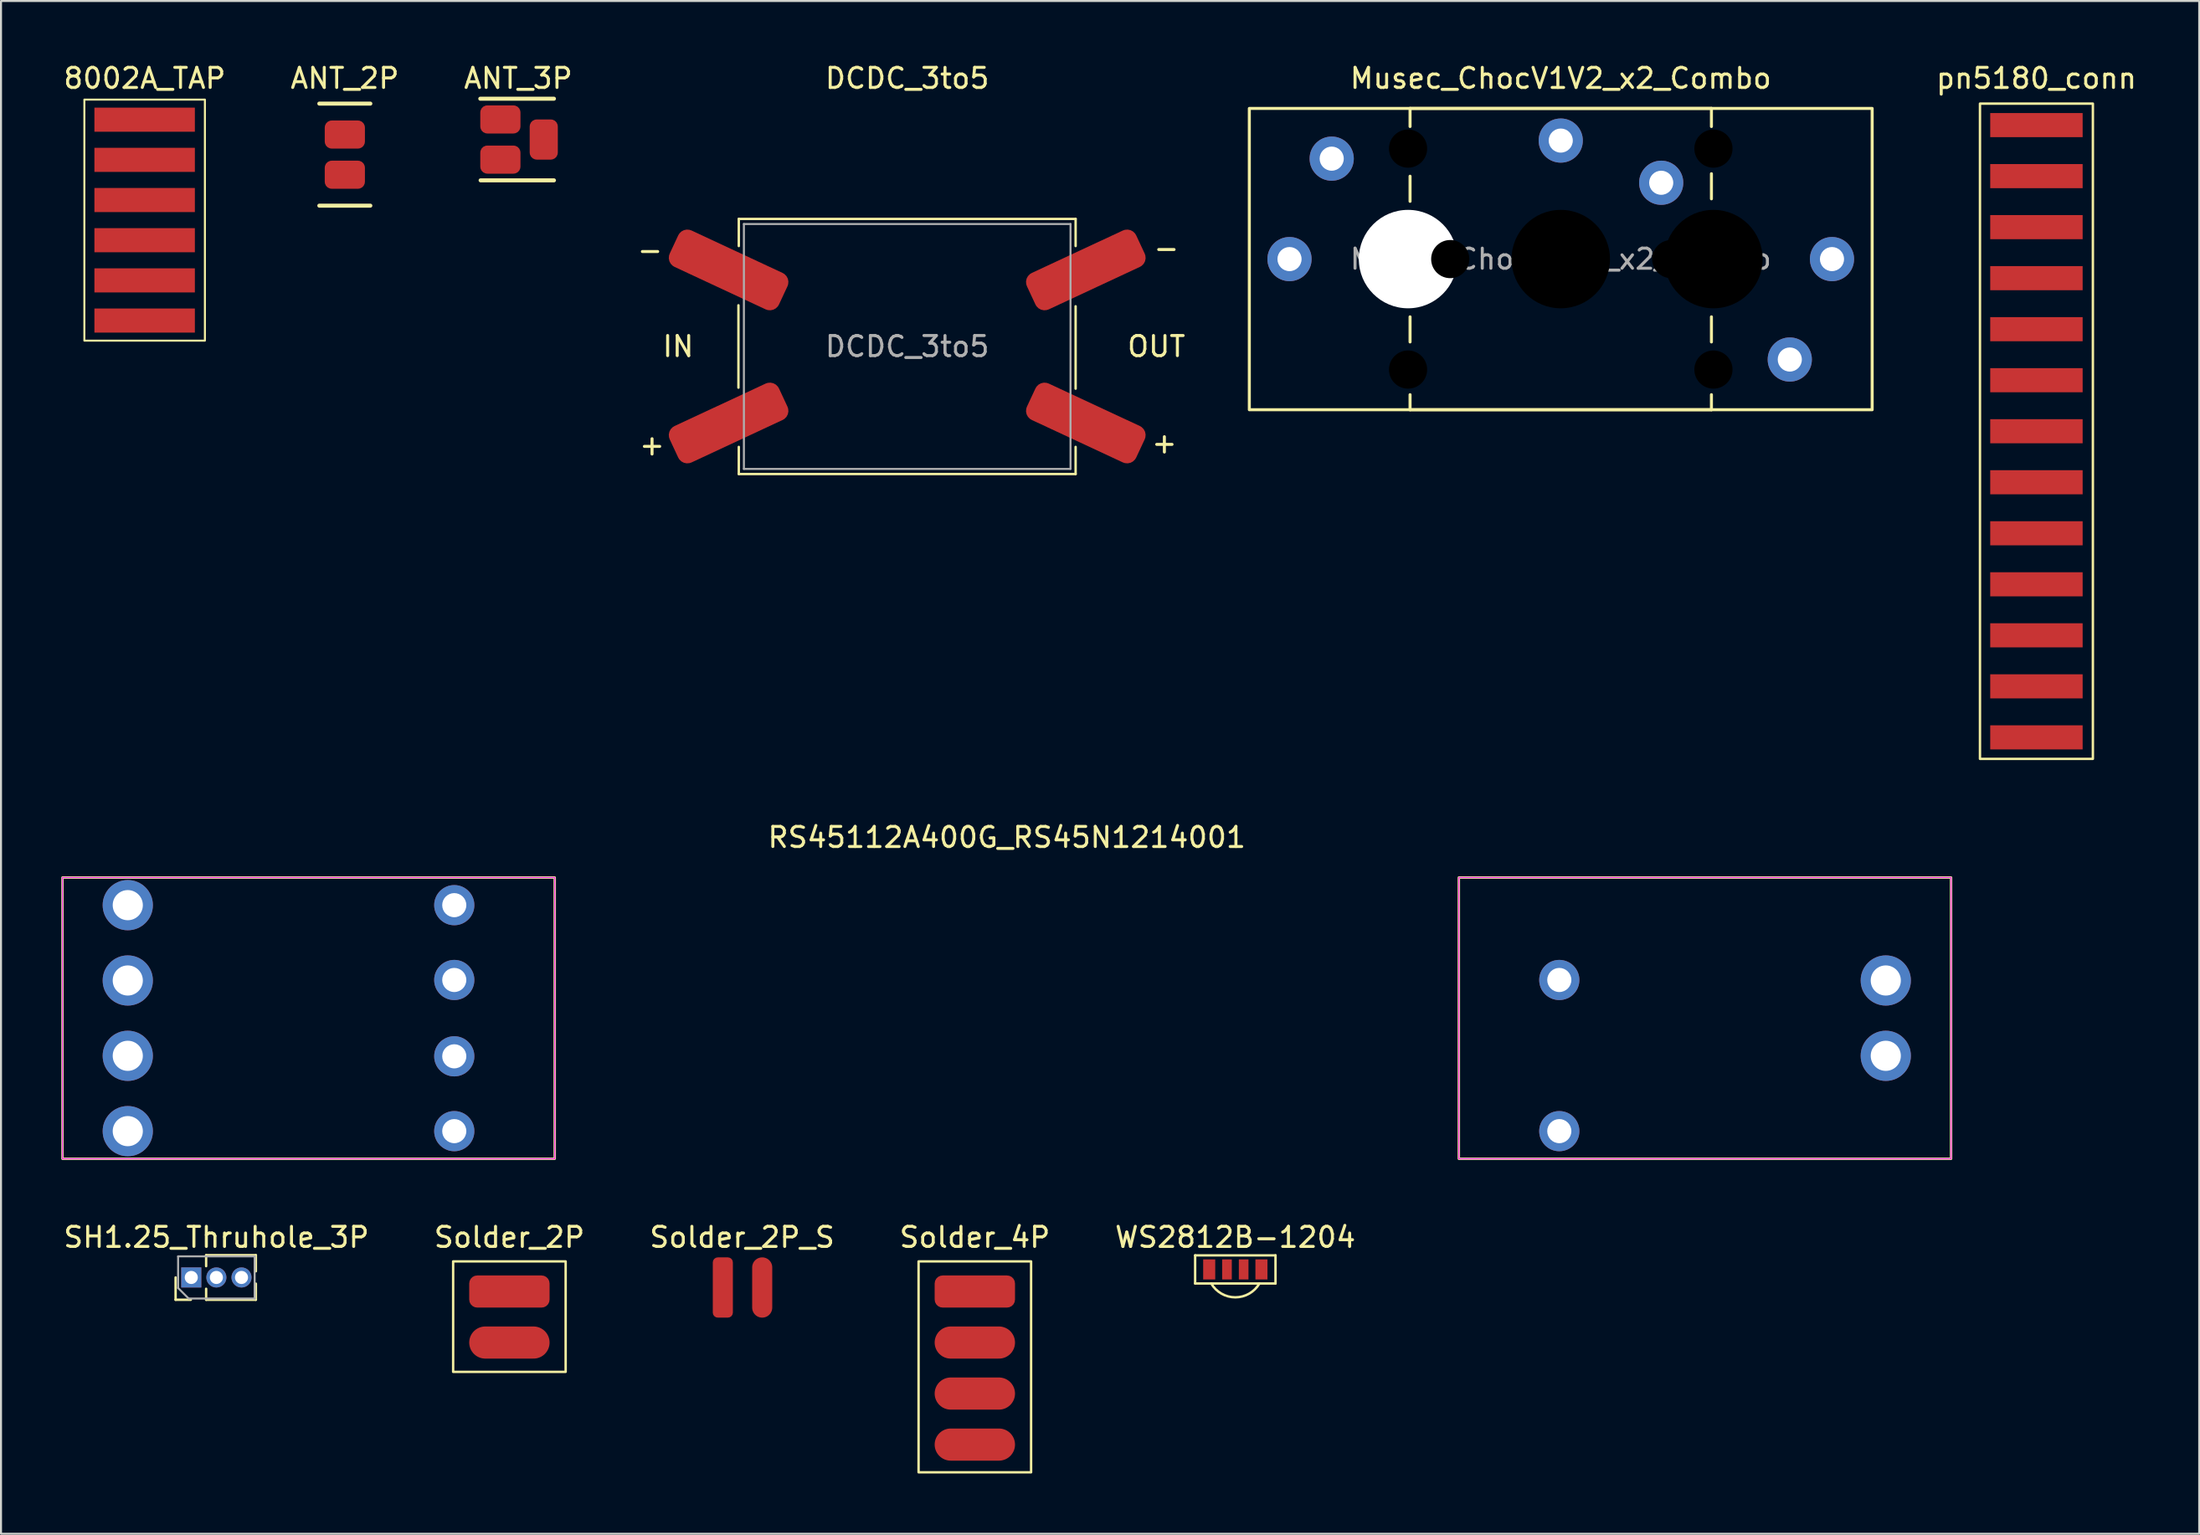
<source format=kicad_pcb>
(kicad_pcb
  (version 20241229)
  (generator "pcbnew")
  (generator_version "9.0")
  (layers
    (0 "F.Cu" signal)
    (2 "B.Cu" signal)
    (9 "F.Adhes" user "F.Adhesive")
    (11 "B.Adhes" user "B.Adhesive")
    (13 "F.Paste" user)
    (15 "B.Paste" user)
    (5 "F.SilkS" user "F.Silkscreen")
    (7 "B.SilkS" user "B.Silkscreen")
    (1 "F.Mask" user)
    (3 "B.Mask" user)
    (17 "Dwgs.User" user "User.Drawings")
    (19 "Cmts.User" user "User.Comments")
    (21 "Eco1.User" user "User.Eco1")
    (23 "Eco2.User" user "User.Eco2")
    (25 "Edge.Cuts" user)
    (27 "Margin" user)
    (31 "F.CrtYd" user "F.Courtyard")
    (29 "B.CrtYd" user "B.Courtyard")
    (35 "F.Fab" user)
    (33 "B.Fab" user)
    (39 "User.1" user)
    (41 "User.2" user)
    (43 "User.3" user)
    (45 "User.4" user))
  (footprint "ANT_3P"
    (layer "F.Cu")
    (at 21.855 3.896)
    (property "Reference" "ANT_3P" (at 0.889 -3.048 0) (layer "F.SilkS") (effects (font (size 1 1) (thickness 0.15))))
    (attr smd)
    (fp_line (start -1 -2.032) (end 2.667 -2.032) (stroke (width 0.2) (type default)) (layer "F.SilkS"))
    (fp_line (start -0.984 2.032) (end 2.667 2.032) (stroke (width 0.2) (type default)) (layer "F.SilkS"))
    (pad "1" smd roundrect (at 0 -1) (size 2 1.4) (layers "F.Cu" "F.Mask" "F.Paste") (roundrect_rratio 0.25))
    (pad "2" smd roundrect (at 0 1) (size 2 1.4) (layers "F.Cu" "F.Mask" "F.Paste") (roundrect_rratio 0.25))
    (pad "3" smd roundrect (at 2.159 0) (size 1.4 2) (layers "F.Cu" "F.Mask" "F.Paste") (roundrect_rratio 0.25)))
  (footprint "RS45112A400G_RS45N1214001"
    (layer "F.Cu")
    (at 47.06 47.636)
    (property "Reference" "RS45112A400G_RS45N1214001" (at 0 -9 0) (layer "F.SilkS") (effects (font (size 1 1) (thickness 0.15))))
    (attr through_hole)
    (fp_rect (start -47 -7) (end -22.5 7) (stroke (width 0.12) (type solid)) (fill no) (layer "F.SilkS"))
    (fp_rect (start 22.5 -7) (end 47 7) (stroke (width 0.12) (type solid)) (fill no) (layer "F.SilkS"))
    (fp_rect (start -47 -7) (end -22.5 7) (stroke (width 0.05) (type solid)) (fill no) (layer "F.CrtYd"))
    (fp_rect (start 22.5 -7) (end 47 7) (stroke (width 0.05) (type solid)) (fill no) (layer "F.CrtYd"))
    (pad "1" thru_hole circle (at -43.75 -1.875) (size 2.5 2.5) (drill 1.5) (layers "*.Cu" "*.Mask"))
    (pad "1" thru_hole circle (at -27.5 -1.9) (size 2 2) (drill 1.2) (layers "*.Cu" "*.Mask"))
    (pad "2" thru_hole circle (at -43.75 -5.625) (size 2.5 2.5) (drill 1.5) (layers "*.Cu" "*.Mask"))
    (pad "2" thru_hole circle (at -27.5 -5.625) (size 2 2) (drill 1.2) (layers "*.Cu" "*.Mask"))
    (pad "3" thru_hole circle (at 27.5 -1.9) (size 2 2) (drill 1.2) (layers "*.Cu" "*.Mask"))
    (pad "3" thru_hole circle (at 43.75 -1.875) (size 2.5 2.5) (drill 1.5) (layers "*.Cu" "*.Mask"))
    (pad "4" thru_hole circle (at -43.75 1.875) (size 2.5 2.5) (drill 1.5) (layers "*.Cu" "*.Mask"))
    (pad "4" thru_hole circle (at -27.5 5.625) (size 2 2) (drill 1.2) (layers "*.Cu" "*.Mask"))
    (pad "5" thru_hole circle (at -43.75 5.625) (size 2.5 2.5) (drill 1.5) (layers "*.Cu" "*.Mask"))
    (pad "5" thru_hole circle (at -27.5 1.9) (size 2 2) (drill 1.2) (layers "*.Cu" "*.Mask"))
    (pad "6" thru_hole circle (at 27.5 5.625) (size 2 2) (drill 1.2) (layers "*.Cu" "*.Mask"))
    (pad "6" thru_hole circle (at 43.75 1.875) (size 2.5 2.5) (drill 1.5) (layers "*.Cu" "*.Mask")))
  (footprint "Solder_4P"
    (layer "F.Cu")
    (at 45.47 61.245)
    (property "Reference" "Solder_4P" (at 0 -2.7 0) (layer "F.SilkS") (effects (font (size 1 1) (thickness 0.15))))
    (attr smd)
    (fp_rect (start -2.8 -1.5) (end 2.8 9) (stroke (width 0.12) (type solid)) (fill no) (layer "F.SilkS"))
    (pad "1" smd roundrect (at 0 0) (size 4 1.6) (layers "F.Cu" "F.Mask" "F.Paste") (roundrect_rratio 0.25))
    (pad "2" smd oval (at 0 2.54) (size 4 1.6) (layers "F.Cu" "F.Mask" "F.Paste"))
    (pad "3" smd oval (at 0 5.08) (size 4 1.6) (layers "F.Cu" "F.Mask" "F.Paste"))
    (pad "4" smd oval (at 0 7.62) (size 4 1.6) (layers "F.Cu" "F.Mask" "F.Paste")))
  (footprint "Musec_ChocV1V2_x2_Combo"
    (layer "F.Cu")
    (at 74.632 9.848)
    (property "Reference" "Musec_ChocV1V2_x2_Combo" (at 0 -9 0) (layer "F.SilkS") (effects (font (size 1 1) (thickness 0.15))))
    (attr through_hole)
    (fp_line (start -7.5 -7.5) (end 7.5 -7.5) (stroke (width 0.15) (type default)) (layer "F.SilkS"))
    (fp_line (start -7.5 -6.6) (end -7.5 -7.5) (stroke (width 0.15) (type default)) (layer "F.SilkS"))
    (fp_line (start -7.5 -4.125) (end -7.5 -2.875) (stroke (width 0.15) (type default)) (layer "F.SilkS"))
    (fp_line (start -7.5 2.875) (end -7.5 4.125) (stroke (width 0.15) (type default)) (layer "F.SilkS"))
    (fp_line (start -7.5 7.5) (end -7.5 6.75) (stroke (width 0.15) (type default)) (layer "F.SilkS"))
    (fp_line (start 7.5 -7.5) (end 7.5 -6.6) (stroke (width 0.15) (type default)) (layer "F.SilkS"))
    (fp_line (start 7.5 -4.25) (end 7.5 -3) (stroke (width 0.15) (type default)) (layer "F.SilkS"))
    (fp_line (start 7.5 2.875) (end 7.5 4.125) (stroke (width 0.15) (type default)) (layer "F.SilkS"))
    (fp_line (start 7.5 6.75) (end 7.5 7.5) (stroke (width 0.15) (type default)) (layer "F.SilkS"))
    (fp_line (start 7.5 7.5) (end -7.5 7.5) (stroke (width 0.15) (type default)) (layer "F.SilkS"))
    (fp_rect (start -15.5 -7.5) (end 15.5 7.5) (stroke (width 0.15) (type default)) (fill no) (layer "F.SilkS"))
    (fp_text user "${REFERENCE}" (at 0 0 0) (layer "F.Fab") (effects (font (size 1 1) (thickness 0.15))))
    (pad "" smd circle (at -13.5 0 90) (size 1.25 1.25) (layers "F.Mask"))
    (pad "" smd circle (at -11.4 -5 90) (size 1.25 1.25) (layers "F.Mask"))
    (pad "" np_thru_hole circle (at -7.6 -5.5 90) (size 1.9 1.9) (drill 1.9) (layers "*.Mask"))
    (pad "" np_thru_hole circle (at -7.6 0 90) (size 4.9 4.9) (drill 4.9) (layers "*.Mask" "B.Cu"))
    (pad "" np_thru_hole circle (at -7.6 5.5 90) (size 1.9 1.9) (drill 1.9) (layers "*.Mask"))
    (pad "" np_thru_hole circle (at -5.5 0) (size 1.9 1.9) (drill 1.9) (layers "*.Mask"))
    (pad "" smd circle (at 0 -5.9) (size 1.25 1.25) (layers "F.Mask"))
    (pad "" np_thru_hole circle (at 0 0) (size 4.9 4.9) (drill 4.9) (layers "*.Mask"))
    (pad "" smd circle (at 5 -3.8) (size 1.25 1.25) (layers "F.Mask"))
    (pad "" np_thru_hole circle (at 5.5 0) (size 1.9 1.9) (drill 1.9) (layers "*.Mask"))
    (pad "" np_thru_hole circle (at 7.6 -5.5 270) (size 1.9 1.9) (drill 1.9) (layers "*.Mask"))
    (pad "" np_thru_hole circle (at 7.6 0 270) (size 4.9 4.9) (drill 4.9) (layers "*.Mask"))
    (pad "" np_thru_hole circle (at 7.6 5.5 270) (size 1.9 1.9) (drill 1.9) (layers "*.Mask"))
    (pad "" smd circle (at 11.4 5 270) (size 1.25 1.25) (layers "F.Mask"))
    (pad "" smd circle (at 13.5 0 270) (size 1.25 1.25) (layers "F.Mask"))
    (pad "1" thru_hole circle (at -13.5 0 90) (size 2.2 2.2) (drill 1.2) (layers "*.Cu" "B.Mask"))
    (pad "1" thru_hole circle (at 5 -3.8) (size 2.2 2.2) (drill 1.2) (layers "*.Cu" "B.Mask"))
    (pad "1" thru_hole circle (at 11.4 5 270) (size 2.2 2.2) (drill 1.2) (layers "*.Cu" "B.Mask"))
    (pad "2" thru_hole circle (at -11.4 -5 90) (size 2.2 2.2) (drill 1.2) (layers "*.Cu" "B.Mask"))
    (pad "2" thru_hole circle (at 0 -5.9) (size 2.2 2.2) (drill 1.2) (layers "*.Cu" "B.Mask"))
    (pad "2" thru_hole circle (at 13.5 0 270) (size 2.2 2.2) (drill 1.2) (layers "*.Cu" "B.Mask")))
  (footprint "DCDC_3to5"
    (layer "F.Cu")
    (at 42.104 14.198)
    (property "Reference" "DCDC_3to5" (at 0 -13.35 0) (layer "F.SilkS") (effects (font (size 1 1) (thickness 0.15))))
    (attr smd)
    (fp_line (start -8.4 -2.05) (end -8.4 2.05) (stroke (width 0.12) (type solid)) (layer "F.SilkS"))
    (fp_line (start -8.382 -5) (end -8.382 -6.35) (stroke (width 0.12) (type solid)) (layer "F.SilkS"))
    (fp_line (start -8.382 5) (end -8.382 6.35) (stroke (width 0.12) (type solid)) (layer "F.SilkS"))
    (fp_line (start 8.382 -6.35) (end -8.382 -6.35) (stroke (width 0.12) (type solid)) (layer "F.SilkS"))
    (fp_line (start 8.382 -5) (end 8.382 -6.35) (stroke (width 0.12) (type solid)) (layer "F.SilkS"))
    (fp_line (start 8.382 -2) (end 8.382 2.1) (stroke (width 0.12) (type solid)) (layer "F.SilkS"))
    (fp_line (start 8.382 5) (end 8.382 6.35) (stroke (width 0.12) (type solid)) (layer "F.SilkS"))
    (fp_line (start 8.382 6.35) (end -8.382 6.35) (stroke (width 0.12) (type solid)) (layer "F.SilkS"))
    (fp_line (start -8.128 -6.096) (end -8.128 6.096) (stroke (width 0.1) (type solid)) (layer "F.Fab"))
    (fp_line (start -8.128 6.096) (end 8.128 6.096) (stroke (width 0.1) (type solid)) (layer "F.Fab"))
    (fp_line (start 8.128 -6.096) (end -8.128 -6.096) (stroke (width 0.1) (type solid)) (layer "F.Fab"))
    (fp_line (start 8.128 6.096) (end 8.128 -6.096) (stroke (width 0.1) (type solid)) (layer "F.Fab"))
    (fp_text user "+" (at -12.7 4.9 0) (unlocked yes) (layer "F.SilkS") (effects (font (size 1 1) (thickness 0.15))))
    (fp_text user "IN" (at -11.4 0 0) (unlocked yes) (layer "F.SilkS") (effects (font (size 1 1) (thickness 0.15))))
    (fp_text user "OUT" (at 12.4 0 0) (unlocked yes) (layer "F.SilkS") (effects (font (size 1 1) (thickness 0.15))))
    (fp_text user "+" (at 12.8 4.8 0) (unlocked yes) (layer "F.SilkS") (effects (font (size 1 1) (thickness 0.15))))
    (fp_text user "-" (at -12.8 -4.8 0) (unlocked yes) (layer "F.SilkS") (effects (font (size 1 1) (thickness 0.15))))
    (fp_text user "-" (at 12.9 -4.9 0) (unlocked yes) (layer "F.SilkS") (effects (font (size 1 1) (thickness 0.15))))
    (fp_text user "${REFERENCE}" (at 0 0 0) (layer "F.Fab") (effects (font (size 1 1) (thickness 0.15))))
    (pad "1" smd roundrect (at -8.89 -3.81 155) (size 6 2) (layers "F.Cu" "F.Mask" "F.Paste") (roundrect_rratio 0.25))
    (pad "2" smd roundrect (at 8.89 -3.81 25) (size 6 2) (layers "F.Cu" "F.Mask" "F.Paste") (roundrect_rratio 0.25))
    (pad "3" smd roundrect (at -8.89 3.81 25) (size 6 2) (layers "F.Cu" "F.Mask" "F.Paste") (roundrect_rratio 0.25))
    (pad "4" smd roundrect (at 8.89 3.81 155) (size 6 2) (layers "F.Cu" "F.Mask" "F.Paste") (roundrect_rratio 0.25)))
  (footprint "SH1.25_Thruhole_3P"
    (layer "F.Cu")
    (at 7.72 60.545)
    (property "Reference" "SH1.25_Thruhole_3P" (at 0 -2 0) (layer "F.SilkS") (effects (font (size 1 1) (thickness 0.15))))
    (attr through_hole)
    (fp_line (start -2.03 1.11) (end -2.03 0) (stroke (width 0.12) (type solid)) (layer "F.SilkS"))
    (fp_line (start -1.27 1.11) (end -2.03 1.11) (stroke (width 0.12) (type solid)) (layer "F.SilkS"))
    (fp_line (start -0.51 -1.11) (end 1.965 -1.11) (stroke (width 0.12) (type solid)) (layer "F.SilkS"))
    (fp_line (start -0.51 -0.563) (end -0.51 -1.11) (stroke (width 0.12) (type solid)) (layer "F.SilkS"))
    (fp_line (start -0.51 1.11) (end -0.51 0.563) (stroke (width 0.12) (type solid)) (layer "F.SilkS"))
    (fp_line (start -0.51 1.11) (end 1.965 1.11) (stroke (width 0.12) (type solid)) (layer "F.SilkS"))
    (fp_line (start 1.965 -0.308) (end 1.965 -1.11) (stroke (width 0.12) (type solid)) (layer "F.SilkS"))
    (fp_line (start 1.965 1.11) (end 1.965 0.308) (stroke (width 0.12) (type solid)) (layer "F.SilkS"))
    (fp_line (start -1.905 -1.05) (end 1.905 -1.05) (stroke (width 0.1) (type solid)) (layer "F.Fab"))
    (fp_line (start -1.905 0.525) (end -1.905 -1.05) (stroke (width 0.1) (type solid)) (layer "F.Fab"))
    (fp_line (start -1.38 1.05) (end -1.905 0.525) (stroke (width 0.1) (type solid)) (layer "F.Fab"))
    (fp_line (start 1.905 -1.05) (end 1.905 1.05) (stroke (width 0.1) (type solid)) (layer "F.Fab"))
    (fp_line (start 1.905 1.05) (end -1.38 1.05) (stroke (width 0.1) (type solid)) (layer "F.Fab"))
    (pad "1" thru_hole rect (at -1.25 0 90) (size 1 1) (drill 0.65) (layers "*.Cu" "*.Mask"))
    (pad "2" thru_hole oval (at 0 0 90) (size 1 1) (drill 0.65) (layers "*.Cu" "*.Mask"))
    (pad "3" thru_hole oval (at 1.25 0 90) (size 1 1) (drill 0.65) (layers "*.Cu" "*.Mask")))
  (footprint "Solder_2P"
    (layer "F.Cu")
    (at 22.304 62.535)
    (property "Reference" "Solder_2P" (at 0 -3.99 0) (layer "F.SilkS") (effects (font (size 1 1) (thickness 0.15))))
    (attr smd)
    (fp_rect (start -2.8 -2.79) (end 2.8 2.71) (stroke (width 0.12) (type solid)) (fill no) (layer "F.SilkS"))
    (pad "1" smd roundrect (at 0 -1.29) (size 4 1.6) (layers "F.Cu" "F.Mask" "F.Paste") (roundrect_rratio 0.25))
    (pad "2" smd oval (at 0 1.25) (size 4 1.6) (layers "F.Cu" "F.Mask" "F.Paste")))
  (footprint "ANT_2P"
    (layer "F.Cu")
    (at 14.113 4.648)
    (property "Reference" "ANT_2P" (at 0 -3.8 0) (layer "F.SilkS") (effects (font (size 1 1) (thickness 0.15))))
    (attr smd)
    (fp_line (start -1.27 -2.54) (end 1.27 -2.54) (stroke (width 0.2) (type default)) (layer "F.SilkS"))
    (fp_line (start -1.27 2.54) (end 1.27 2.54) (stroke (width 0.2) (type default)) (layer "F.SilkS"))
    (pad "1" smd roundrect (at 0 -1) (size 2 1.4) (layers "F.Cu" "F.Mask" "F.Paste") (roundrect_rratio 0.25))
    (pad "2" smd roundrect (at 0 1) (size 2 1.4) (layers "F.Cu" "F.Mask" "F.Paste") (roundrect_rratio 0.25)))
  (footprint "8002A_TAP"
    (layer "F.Cu")
    (at 4.149 7.908)
    (property "Reference" "8002A_TAP" (at 0 -7.06 0) (layer "F.SilkS") (effects (font (size 1 1) (thickness 0.15))))
    (attr smd)
    (fp_rect (start -3 -6) (end 3 6) (stroke (width 0.1) (type default)) (fill no) (layer "F.SilkS"))
    (pad "1" smd rect (at 0 -5) (size 5 1.2) (layers "F.Cu" "F.Mask" "F.Paste"))
    (pad "2" smd rect (at 0 -3) (size 5 1.2) (layers "F.Cu" "F.Mask" "F.Paste"))
    (pad "3" smd rect (at 0 -1) (size 5 1.2) (layers "F.Cu" "F.Mask" "F.Paste"))
    (pad "4" smd rect (at 0 1) (size 5 1.2) (layers "F.Cu" "F.Mask" "F.Paste"))
    (pad "5" smd rect (at 0 3) (size 5 1.2) (layers "F.Cu" "F.Mask" "F.Paste"))
    (pad "6" smd rect (at 0 5) (size 5 1.2) (layers "F.Cu" "F.Mask" "F.Paste")))
  (footprint "WS2812B-1204"
    (layer "F.Cu")
    (at 58.435 60.145)
    (property "Reference" "WS2812B-1204" (at 0 -1.6 0) (layer "F.SilkS") (effects (font (size 1 1) (thickness 0.15))))
    (attr smd)
    (fp_line (start -2 0.7) (end -2 -0.7) (stroke (width 0.12) (type solid)) (layer "F.SilkS"))
    (fp_line (start 2 -0.7) (end -2 -0.7) (stroke (width 0.12) (type solid)) (layer "F.SilkS"))
    (fp_line (start 2 0.7) (end -2 0.7) (stroke (width 0.12) (type solid)) (layer "F.SilkS"))
    (fp_line (start 2 0.7) (end 2 -0.7) (stroke (width 0.12) (type solid)) (layer "F.SilkS"))
    (fp_arc (start 1.2 0.699999) (mid 0 1.389244) (end -1.2 0.7) (stroke (width 0.12) (type solid)) (layer "F.SilkS"))
    (pad "G" smd rect (at 1.3 0) (size 0.6 1) (layers "F.Cu" "F.Mask" "F.Paste"))
    (pad "I" smd rect (at 0.415 0) (size 0.48 1) (layers "F.Cu" "F.Mask" "F.Paste"))
    (pad "O" smd rect (at -1.3 0) (size 0.6 1) (layers "F.Cu" "F.Mask" "F.Paste"))
    (pad "V" smd rect (at -0.415 0) (size 0.48 1) (layers "F.Cu" "F.Mask" "F.Paste")))
  (footprint "Solder_2P_S"
    (layer "F.Cu")
    (at 33.887 61.045)
    (property "Reference" "Solder_2P_S" (at 0 -2.5 0) (layer "F.SilkS") (effects (font (size 1 1) (thickness 0.15))))
    (attr smd)
    (pad "1" smd roundrect (at -0.96 0 90) (size 3 1) (layers "F.Cu" "F.Mask" "F.Paste") (roundrect_rratio 0.25))
    (pad "2" smd oval (at 1 0 90) (size 3 1) (layers "F.Cu" "F.Mask" "F.Paste")))
  (footprint "pn5180_conn"
    (layer "F.Cu")
    (at 98.308 18.418)
    (property "Reference" "pn5180_conn" (at 0 -17.57 0) (layer "F.SilkS") (effects (font (size 1 1) (thickness 0.15))))
    (attr smd)
    (fp_rect (start -2.81 -16.31) (end 2.81 16.31) (stroke (width 0.12) (type solid)) (fill no) (layer "F.SilkS"))
    (pad "1" smd rect (at 0 -15.24) (size 4.6 1.2) (layers "F.Cu" "F.Mask" "F.Paste"))
    (pad "2" smd rect (at 0 -12.7) (size 4.6 1.2) (layers "F.Cu" "F.Mask" "F.Paste"))
    (pad "3" smd rect (at 0 -10.16) (size 4.6 1.2) (layers "F.Cu" "F.Mask" "F.Paste"))
    (pad "4" smd rect (at 0 -7.62) (size 4.6 1.2) (layers "F.Cu" "F.Mask" "F.Paste"))
    (pad "5" smd rect (at 0 -5.08) (size 4.6 1.2) (layers "F.Cu" "F.Mask" "F.Paste"))
    (pad "6" smd rect (at 0 -2.54) (size 4.6 1.2) (layers "F.Cu" "F.Mask" "F.Paste"))
    (pad "7" smd rect (at 0 0) (size 4.6 1.2) (layers "F.Cu" "F.Mask" "F.Paste"))
    (pad "8" smd rect (at 0 2.54) (size 4.6 1.2) (layers "F.Cu" "F.Mask" "F.Paste"))
    (pad "9" smd rect (at 0 5.08) (size 4.6 1.2) (layers "F.Cu" "F.Mask" "F.Paste"))
    (pad "10" smd rect (at 0 7.62) (size 4.6 1.2) (layers "F.Cu" "F.Mask" "F.Paste"))
    (pad "11" smd rect (at 0 10.16) (size 4.6 1.2) (layers "F.Cu" "F.Mask" "F.Paste"))
    (pad "12" smd rect (at 0 12.7) (size 4.6 1.2) (layers "F.Cu" "F.Mask" "F.Paste"))
    (pad "13" smd rect (at 0 15.24) (size 4.6 1.2) (layers "F.Cu" "F.Mask" "F.Paste")))
  (gr_rect
    (start -3 -3)
    (end 106.41 73.305)
    (stroke (width 0.1) (type default))
    (fill no)
    (layer "Edge.Cuts")))
</source>
